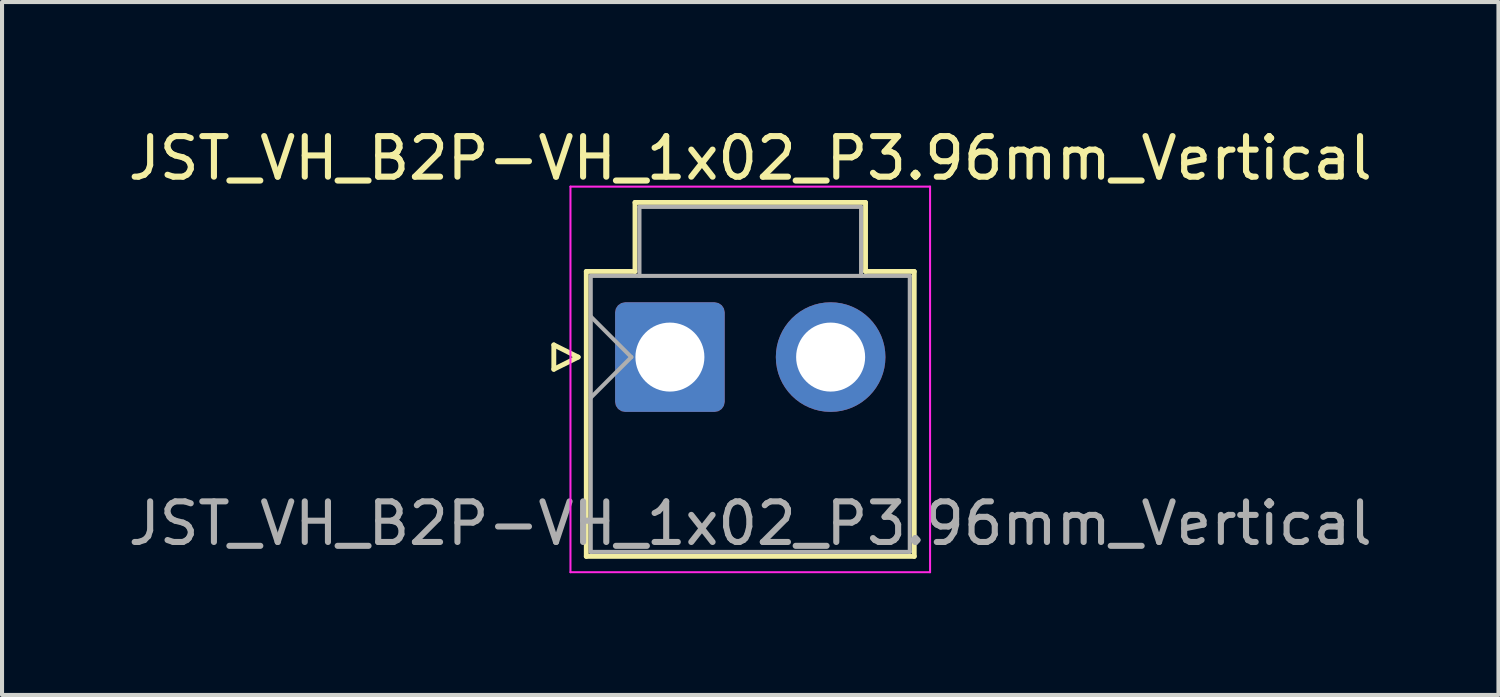
<source format=kicad_pcb>
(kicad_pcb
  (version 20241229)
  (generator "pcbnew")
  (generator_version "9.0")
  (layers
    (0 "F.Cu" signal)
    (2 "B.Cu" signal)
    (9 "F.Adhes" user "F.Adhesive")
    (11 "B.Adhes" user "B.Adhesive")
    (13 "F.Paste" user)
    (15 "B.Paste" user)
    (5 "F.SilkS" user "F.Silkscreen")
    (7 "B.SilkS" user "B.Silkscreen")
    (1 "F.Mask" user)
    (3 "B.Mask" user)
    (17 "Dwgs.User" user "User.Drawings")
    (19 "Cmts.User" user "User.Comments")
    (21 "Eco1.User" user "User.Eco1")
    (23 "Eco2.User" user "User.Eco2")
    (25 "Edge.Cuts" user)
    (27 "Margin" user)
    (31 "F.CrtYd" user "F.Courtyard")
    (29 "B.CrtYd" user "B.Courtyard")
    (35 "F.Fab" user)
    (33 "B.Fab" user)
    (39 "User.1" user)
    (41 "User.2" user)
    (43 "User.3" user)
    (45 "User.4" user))
  (footprint "JST_VH_B2P-VH_1x02_P3.96mm_Vertical"
    (layer "F.Cu")
    (at 13.455 5.748)
    (property "Reference" "JST_VH_B2P-VH_1x02_P3.96mm_Vertical" (at 1.98 -4.9 0) (layer "F.SilkS") (effects (font (size 1 1) (thickness 0.15))))
    (attr through_hole)
    (fp_line (start -2.86 -0.3) (end -2.26 0) (stroke (width 0.12) (type solid)) (layer "F.SilkS"))
    (fp_line (start -2.86 0.3) (end -2.86 -0.3) (stroke (width 0.12) (type solid)) (layer "F.SilkS"))
    (fp_line (start -2.26 0) (end -2.86 0.3) (stroke (width 0.12) (type solid)) (layer "F.SilkS"))
    (fp_line (start -2.06 -2.11) (end -0.86 -2.11) (stroke (width 0.12) (type solid)) (layer "F.SilkS"))
    (fp_line (start -2.06 4.91) (end -2.06 -2.11) (stroke (width 0.12) (type solid)) (layer "F.SilkS"))
    (fp_line (start -0.86 -3.81) (end 4.82 -3.81) (stroke (width 0.12) (type solid)) (layer "F.SilkS"))
    (fp_line (start -0.86 -2.11) (end -0.86 -3.81) (stroke (width 0.12) (type solid)) (layer "F.SilkS"))
    (fp_line (start 4.82 -3.81) (end 4.82 -2.11) (stroke (width 0.12) (type solid)) (layer "F.SilkS"))
    (fp_line (start 4.82 -2.11) (end 6.02 -2.11) (stroke (width 0.12) (type solid)) (layer "F.SilkS"))
    (fp_line (start 6.02 -2.11) (end 6.02 4.91) (stroke (width 0.12) (type solid)) (layer "F.SilkS"))
    (fp_line (start 6.02 4.91) (end -2.06 4.91) (stroke (width 0.12) (type solid)) (layer "F.SilkS"))
    (fp_line (start -2.45 -4.2) (end -2.45 5.3) (stroke (width 0.05) (type solid)) (layer "F.CrtYd"))
    (fp_line (start -2.45 5.3) (end 6.41 5.3) (stroke (width 0.05) (type solid)) (layer "F.CrtYd"))
    (fp_line (start 6.41 -4.2) (end -2.45 -4.2) (stroke (width 0.05) (type solid)) (layer "F.CrtYd"))
    (fp_line (start 6.41 5.3) (end 6.41 -4.2) (stroke (width 0.05) (type solid)) (layer "F.CrtYd"))
    (fp_line (start -1.95 -2) (end -1.95 4.8) (stroke (width 0.1) (type solid)) (layer "F.Fab"))
    (fp_line (start -1.95 -1) (end -0.95 0) (stroke (width 0.1) (type solid)) (layer "F.Fab"))
    (fp_line (start -1.95 1) (end -0.95 0) (stroke (width 0.1) (type solid)) (layer "F.Fab"))
    (fp_line (start -1.95 4.8) (end 5.91 4.8) (stroke (width 0.1) (type solid)) (layer "F.Fab"))
    (fp_line (start -0.75 -3.7) (end 4.71 -3.7) (stroke (width 0.1) (type solid)) (layer "F.Fab"))
    (fp_line (start -0.75 -2) (end -0.75 -3.7) (stroke (width 0.1) (type solid)) (layer "F.Fab"))
    (fp_line (start 4.71 -3.7) (end 4.71 -2) (stroke (width 0.1) (type solid)) (layer "F.Fab"))
    (fp_line (start 5.91 -2) (end -1.95 -2) (stroke (width 0.1) (type solid)) (layer "F.Fab"))
    (fp_line (start 5.91 4.8) (end 5.91 -2) (stroke (width 0.1) (type solid)) (layer "F.Fab"))
    (fp_text user "${REFERENCE}" (at 1.98 4.1 0) (layer "F.Fab") (effects (font (size 1 1) (thickness 0.15))))
    (pad "1" thru_hole roundrect (at 0 0) (size 2.7 2.7) (drill 1.7) (layers "*.Cu" "*.Mask") (roundrect_rratio 0.093))
    (pad "2" thru_hole circle (at 3.96 0) (size 2.7 2.7) (drill 1.7) (layers "*.Cu" "*.Mask")))
  (gr_rect
    (start -3 -3)
    (end 33.869 14.073)
    (stroke (width 0.1) (type default))
    (fill no)
    (layer "Edge.Cuts")))
</source>
